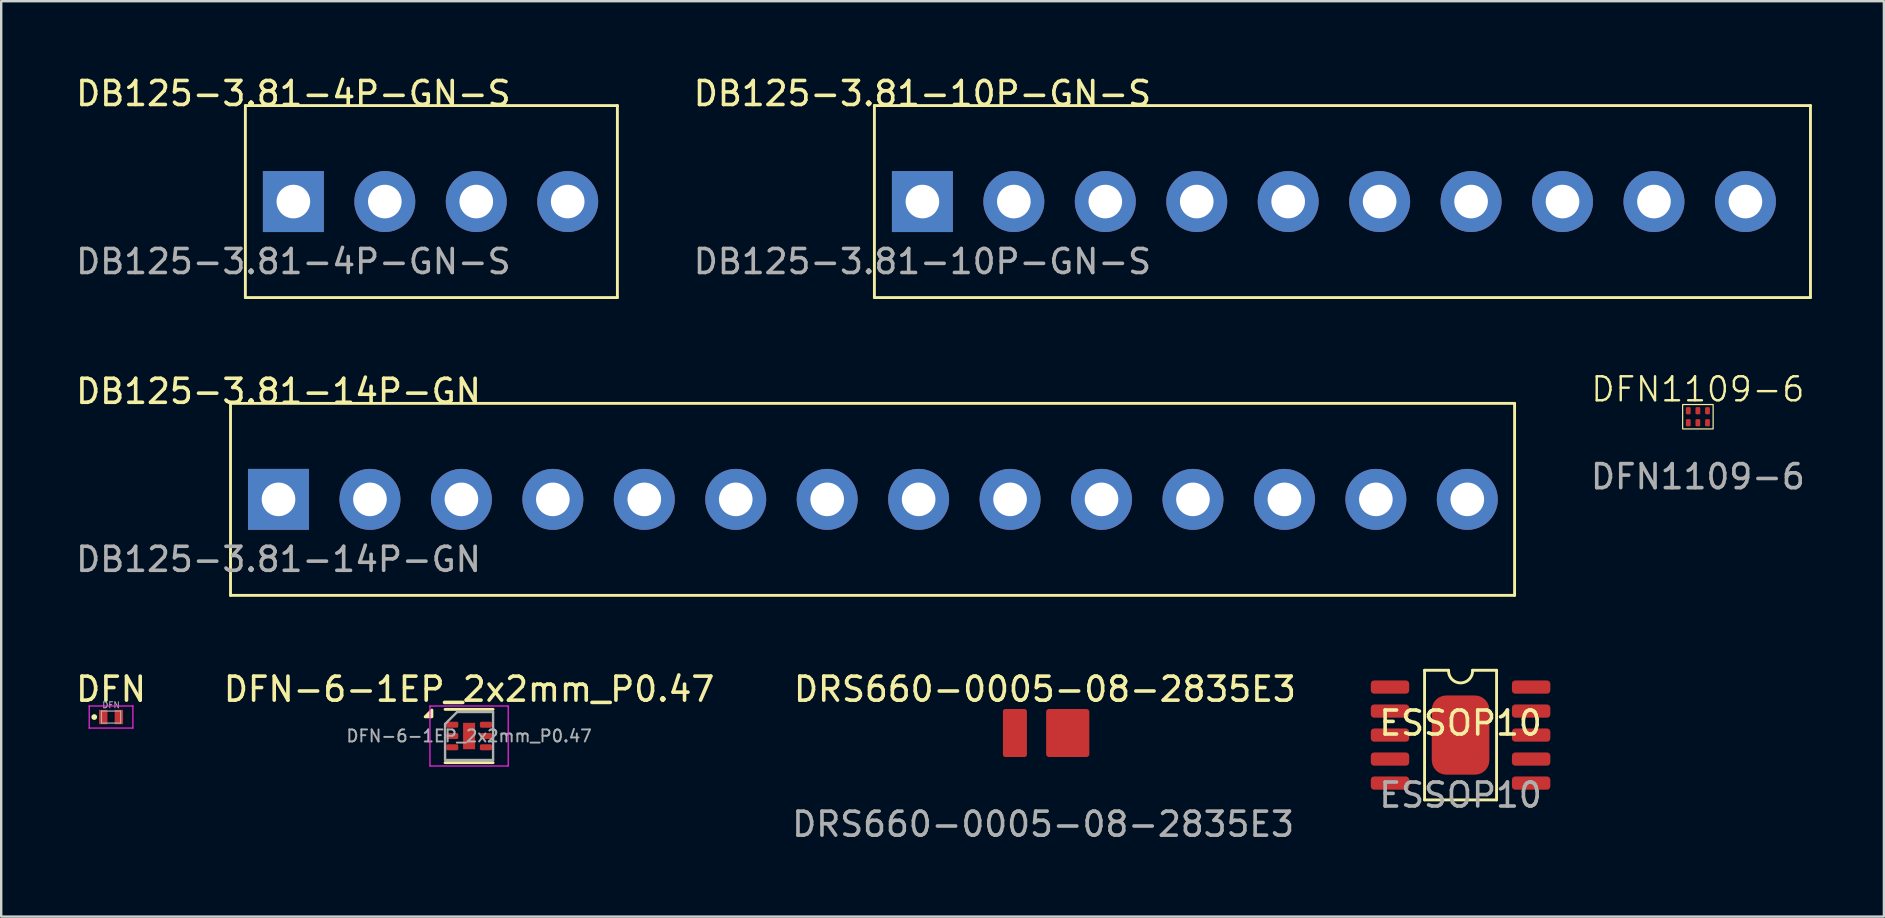
<source format=kicad_pcb>
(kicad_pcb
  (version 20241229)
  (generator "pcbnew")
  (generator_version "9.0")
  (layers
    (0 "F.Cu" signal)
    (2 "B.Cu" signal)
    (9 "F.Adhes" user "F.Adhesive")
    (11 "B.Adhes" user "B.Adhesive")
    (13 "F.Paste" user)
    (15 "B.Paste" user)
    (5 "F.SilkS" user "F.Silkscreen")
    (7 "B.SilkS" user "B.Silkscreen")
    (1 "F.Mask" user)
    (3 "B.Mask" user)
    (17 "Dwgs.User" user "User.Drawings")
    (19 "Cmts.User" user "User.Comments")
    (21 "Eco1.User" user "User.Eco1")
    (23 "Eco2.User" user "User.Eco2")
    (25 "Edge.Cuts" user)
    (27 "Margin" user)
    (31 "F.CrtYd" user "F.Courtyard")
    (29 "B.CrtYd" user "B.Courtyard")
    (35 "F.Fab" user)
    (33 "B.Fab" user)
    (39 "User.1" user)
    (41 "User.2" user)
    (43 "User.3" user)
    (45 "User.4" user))
  (footprint "DB125-3.81-14P-GN"
    (layer "F.Cu")
    (at 8.554 17.756)
    (property "Reference" "DB125-3.81-14P-GN" (at 0 -4.5 0) (unlocked yes) (layer "F.SilkS") (effects (font (size 1 1) (thickness 0.15))))
    (attr through_hole)
    (fp_line (start -2 -4) (end -2 4) (stroke (width 0.12) (type default)) (layer "F.SilkS"))
    (fp_line (start -2 4) (end 51.5 4) (stroke (width 0.12) (type default)) (layer "F.SilkS"))
    (fp_line (start 51.5 -4) (end -2 -4) (stroke (width 0.12) (type default)) (layer "F.SilkS"))
    (fp_line (start 51.5 4) (end 51.5 -4) (stroke (width 0.12) (type default)) (layer "F.SilkS"))
    (fp_text user "${REFERENCE}" (at 0 2.5 0) (unlocked yes) (layer "F.Fab") (effects (font (size 1 1) (thickness 0.15))))
    (pad "1" thru_hole rect (at 0 0) (size 2.54 2.54) (drill 1.4) (layers "*.Cu" "*.Mask"))
    (pad "2" thru_hole circle (at 3.81 0) (size 2.54 2.54) (drill 1.4) (layers "*.Cu" "*.Mask"))
    (pad "3" thru_hole circle (at 7.62 0) (size 2.54 2.54) (drill 1.4) (layers "*.Cu" "*.Mask"))
    (pad "4" thru_hole circle (at 11.43 0) (size 2.54 2.54) (drill 1.4) (layers "*.Cu" "*.Mask"))
    (pad "5" thru_hole circle (at 15.24 0) (size 2.54 2.54) (drill 1.4) (layers "*.Cu" "*.Mask"))
    (pad "6" thru_hole circle (at 19.05 0) (size 2.54 2.54) (drill 1.4) (layers "*.Cu" "*.Mask"))
    (pad "7" thru_hole circle (at 22.86 0) (size 2.54 2.54) (drill 1.4) (layers "*.Cu" "*.Mask"))
    (pad "8" thru_hole circle (at 26.67 0) (size 2.54 2.54) (drill 1.4) (layers "*.Cu" "*.Mask"))
    (pad "9" thru_hole circle (at 30.48 0) (size 2.54 2.54) (drill 1.4) (layers "*.Cu" "*.Mask"))
    (pad "10" thru_hole circle (at 34.29 0) (size 2.54 2.54) (drill 1.4) (layers "*.Cu" "*.Mask"))
    (pad "11" thru_hole circle (at 38.1 0) (size 2.54 2.54) (drill 1.4) (layers "*.Cu" "*.Mask"))
    (pad "12" thru_hole circle (at 41.91 0) (size 2.54 2.54) (drill 1.4) (layers "*.Cu" "*.Mask"))
    (pad "13" thru_hole circle (at 45.72 0) (size 2.54 2.54) (drill 1.4) (layers "*.Cu" "*.Mask"))
    (pad "14" thru_hole circle (at 49.53 0) (size 2.54 2.54) (drill 1.4) (layers "*.Cu" "*.Mask")))
  (footprint "ESSOP10"
    (layer "F.Cu")
    (at 57.803 27.576)
    (property "Reference" "ESSOP10" (at 0 -0.5 0) (unlocked yes) (layer "F.SilkS") (effects (font (size 1 1) (thickness 0.15))))
    (attr smd)
    (fp_line (start -1.5 -2.7) (end -0.5 -2.7) (stroke (width 0.12) (type solid)) (layer "F.SilkS"))
    (fp_line (start -1.5 2.7) (end -1.5 -2.7) (stroke (width 0.12) (type solid)) (layer "F.SilkS"))
    (fp_line (start 0.5 -2.7) (end 1.5 -2.7) (stroke (width 0.12) (type solid)) (layer "F.SilkS"))
    (fp_line (start 1.5 -2.7) (end 1.5 2.7) (stroke (width 0.12) (type solid)) (layer "F.SilkS"))
    (fp_line (start 1.5 2.7) (end -1.5 2.7) (stroke (width 0.12) (type solid)) (layer "F.SilkS"))
    (fp_arc (start 0.5 -2.7) (mid 0 -2.172188) (end -0.5 -2.7) (stroke (width 0.12) (type solid)) (layer "F.SilkS"))
    (fp_text user "${REFERENCE}" (at 0 2.5 0) (unlocked yes) (layer "F.Fab") (effects (font (size 1 1) (thickness 0.15))))
    (pad "1" smd roundrect (at -2.94 -2) (size 1.6 0.55) (layers "F.Cu" "F.Mask" "F.Paste") (roundrect_rratio 0.25))
    (pad "2" smd roundrect (at -2.94 -1) (size 1.6 0.55) (layers "F.Cu" "F.Mask" "F.Paste") (roundrect_rratio 0.25))
    (pad "3" smd roundrect (at -2.94 0) (size 1.6 0.55) (layers "F.Cu" "F.Mask" "F.Paste") (roundrect_rratio 0.25))
    (pad "4" smd roundrect (at -2.94 1) (size 1.6 0.55) (layers "F.Cu" "F.Mask" "F.Paste") (roundrect_rratio 0.25))
    (pad "5" smd roundrect (at -2.94 2) (size 1.6 0.55) (layers "F.Cu" "F.Mask" "F.Paste") (roundrect_rratio 0.25))
    (pad "6" smd roundrect (at 2.94 2) (size 1.6 0.55) (layers "F.Cu" "F.Mask" "F.Paste") (roundrect_rratio 0.25))
    (pad "7" smd roundrect (at 2.94 1) (size 1.6 0.55) (layers "F.Cu" "F.Mask" "F.Paste") (roundrect_rratio 0.25))
    (pad "8" smd roundrect (at 2.94 0) (size 1.6 0.55) (layers "F.Cu" "F.Mask" "F.Paste") (roundrect_rratio 0.25))
    (pad "9" smd roundrect (at 2.94 -1) (size 1.6 0.55) (layers "F.Cu" "F.Mask" "F.Paste") (roundrect_rratio 0.25))
    (pad "10" smd roundrect (at 2.94 -2) (size 1.6 0.55) (layers "F.Cu" "F.Mask" "F.Paste") (roundrect_rratio 0.25))
    (pad "11" smd roundrect (at 0 0) (size 2.4 3.3) (layers "F.Cu" "F.Mask" "F.Paste") (roundrect_rratio 0.25)))
  (footprint "DFN-6-1EP_2x2mm_P0.47"
    (layer "F.Cu")
    (at 16.494 27.615)
    (property "Reference" "DFN-6-1EP_2x2mm_P0.47" (at 0 -1.95 0) (layer "F.SilkS") (effects (font (size 1 1) (thickness 0.15))))
    (attr smd)
    (fp_line (start -1 -1.11) (end 1 -1.11) (stroke (width 0.12) (type solid)) (layer "F.SilkS"))
    (fp_line (start -1 1.11) (end 1 1.11) (stroke (width 0.12) (type solid)) (layer "F.SilkS"))
    (fp_poly (pts (xy -1.55 -0.8) (xy -1.83 -0.8) (xy -1.55 -1.08) (xy -1.55 -0.8)) (stroke (width 0.12) (type solid)) (fill yes) (layer "F.SilkS"))
    (fp_line (start -1.63 -1.25) (end -1.63 1.25) (stroke (width 0.05) (type solid)) (layer "F.CrtYd"))
    (fp_line (start -1.63 1.25) (end 1.63 1.25) (stroke (width 0.05) (type solid)) (layer "F.CrtYd"))
    (fp_line (start 1.63 -1.25) (end -1.63 -1.25) (stroke (width 0.05) (type solid)) (layer "F.CrtYd"))
    (fp_line (start 1.63 1.25) (end 1.63 -1.25) (stroke (width 0.05) (type solid)) (layer "F.CrtYd"))
    (fp_line (start -1 -0.5) (end -0.5 -1) (stroke (width 0.1) (type solid)) (layer "F.Fab"))
    (fp_line (start -1 1) (end -1 -0.5) (stroke (width 0.1) (type solid)) (layer "F.Fab"))
    (fp_line (start -0.5 -1) (end 1 -1) (stroke (width 0.1) (type solid)) (layer "F.Fab"))
    (fp_line (start 1 -1) (end 1 1) (stroke (width 0.1) (type solid)) (layer "F.Fab"))
    (fp_line (start 1 1) (end -1 1) (stroke (width 0.1) (type solid)) (layer "F.Fab"))
    (fp_text user "${REFERENCE}" (at 0 0 0) (layer "F.Fab") (effects (font (size 0.5 0.5) (thickness 0.08))))
    (pad "" smd rect (at 0 0) (size 0.5 1.1) (property pad_prop_heatsink) (layers "F.Cu" "F.Mask" "F.Paste"))
    (pad "1" smd roundrect (at -0.7 -0.47) (size 0.5 0.25) (layers "F.Cu" "F.Mask" "F.Paste") (roundrect_rratio 0.25))
    (pad "2" smd roundrect (at -0.7 0) (size 0.5 0.25) (layers "F.Cu" "F.Mask" "F.Paste") (roundrect_rratio 0.25))
    (pad "3" smd roundrect (at -0.7 0.47) (size 0.5 0.25) (layers "F.Cu" "F.Mask" "F.Paste") (roundrect_rratio 0.25))
    (pad "4" smd roundrect (at 0.7 0.47) (size 0.5 0.25) (layers "F.Cu" "F.Mask" "F.Paste") (roundrect_rratio 0.25))
    (pad "5" smd roundrect (at 0.7 0) (size 0.5 0.25) (layers "F.Cu" "F.Mask" "F.Paste") (roundrect_rratio 0.25))
    (pad "6" smd roundrect (at 0.7 -0.47) (size 0.5 0.25) (layers "F.Cu" "F.Mask" "F.Paste") (roundrect_rratio 0.25)))
  (footprint "DFN1109-6"
    (layer "F.Cu")
    (at 67.691 14.312)
    (property "Reference" "DFN1109-6" (at 0 -1.143 0) (unlocked yes) (layer "F.SilkS") (effects (font (size 1 1) (thickness 0.1))))
    (attr smd)
    (fp_rect (start -0.635 -0.508) (end 0.635 0.508) (stroke (width 0.05) (type solid)) (fill no) (layer "F.SilkS"))
    (fp_text user "${REFERENCE}" (at 0 2.5 0) (unlocked yes) (layer "F.Fab") (effects (font (size 1 1) (thickness 0.15))))
    (pad "1" smd roundrect (at -0.4 0.25) (size 0.2 0.3) (layers "F.Cu" "F.Mask" "F.Paste") (roundrect_rratio 0.25))
    (pad "2" smd roundrect (at 0 0.25) (size 0.2 0.3) (layers "F.Cu" "F.Mask" "F.Paste") (roundrect_rratio 0.25))
    (pad "3" smd roundrect (at 0.4 0.25) (size 0.2 0.3) (layers "F.Cu" "F.Mask" "F.Paste") (roundrect_rratio 0.25))
    (pad "4" smd roundrect (at 0.4 -0.25) (size 0.2 0.3) (layers "F.Cu" "F.Mask" "F.Paste") (roundrect_rratio 0.25))
    (pad "5" smd roundrect (at 0 -0.25) (size 0.2 0.3) (layers "F.Cu" "F.Mask" "F.Paste") (roundrect_rratio 0.25))
    (pad "6" smd roundrect (at -0.4 -0.25) (size 0.2 0.3) (layers "F.Cu" "F.Mask" "F.Paste") (roundrect_rratio 0.25)))
  (footprint "DB125-3.81-4P-GN-S"
    (layer "F.Cu")
    (at 9.173 5.348)
    (property "Reference" "DB125-3.81-4P-GN-S" (at 0 -4.5 0) (unlocked yes) (layer "F.SilkS") (effects (font (size 1 1) (thickness 0.15))))
    (attr through_hole)
    (fp_line (start -2 -4) (end -2 4) (stroke (width 0.12) (type default)) (layer "F.SilkS"))
    (fp_line (start -2 4) (end 13.5 4) (stroke (width 0.12) (type default)) (layer "F.SilkS"))
    (fp_line (start 13.5 -4) (end -2 -4) (stroke (width 0.12) (type default)) (layer "F.SilkS"))
    (fp_line (start 13.5 4) (end 13.5 -4) (stroke (width 0.12) (type default)) (layer "F.SilkS"))
    (fp_text user "${REFERENCE}" (at 0 2.5 0) (unlocked yes) (layer "F.Fab") (effects (font (size 1 1) (thickness 0.15))))
    (pad "1" thru_hole rect (at 0 0) (size 2.54 2.54) (drill 1.4) (layers "*.Cu" "*.Mask"))
    (pad "2" thru_hole circle (at 3.81 0) (size 2.54 2.54) (drill 1.4) (layers "*.Cu" "*.Mask"))
    (pad "3" thru_hole circle (at 7.62 0) (size 2.54 2.54) (drill 1.4) (layers "*.Cu" "*.Mask"))
    (pad "4" thru_hole circle (at 11.43 0) (size 2.54 2.54) (drill 1.4) (layers "*.Cu" "*.Mask")))
  (footprint "DRS660-0005-08-2835E3"
    (layer "F.Cu")
    (at 40.536 27.49)
    (property "Reference" "DRS660-0005-08-2835E3" (at -0.05 -1.825 0) (unlocked yes) (layer "F.SilkS") (effects (font (size 1 1) (thickness 0.15))))
    (attr smd)
    (fp_text user "${REFERENCE}" (at -0.125 3.8 0) (unlocked yes) (layer "F.Fab") (effects (font (size 1 1) (thickness 0.15))))
    (pad "1" smd roundrect (at -1.3 0) (size 1 2) (layers "F.Cu" "F.Mask" "F.Paste") (roundrect_rratio 0.1))
    (pad "2" smd roundrect (at 0.9 0) (size 1.8 2) (layers "F.Cu" "F.Mask" "F.Paste") (roundrect_rratio 0.066)))
  (footprint "DB125-3.81-10P-GN-S"
    (layer "F.Cu")
    (at 35.381 5.348)
    (property "Reference" "DB125-3.81-10P-GN-S" (at 0 -4.5 0) (unlocked yes) (layer "F.SilkS") (effects (font (size 1 1) (thickness 0.15))))
    (attr through_hole)
    (fp_line (start -2 -4) (end -2 4) (stroke (width 0.12) (type default)) (layer "F.SilkS"))
    (fp_line (start -2 4) (end 37 4) (stroke (width 0.12) (type default)) (layer "F.SilkS"))
    (fp_line (start 37 -4) (end -2 -4) (stroke (width 0.12) (type default)) (layer "F.SilkS"))
    (fp_line (start 37 4) (end 37 -4) (stroke (width 0.12) (type default)) (layer "F.SilkS"))
    (fp_text user "${REFERENCE}" (at 0 2.5 0) (unlocked yes) (layer "F.Fab") (effects (font (size 1 1) (thickness 0.15))))
    (pad "1" thru_hole rect (at 0 0) (size 2.54 2.54) (drill 1.4) (layers "*.Cu" "*.Mask"))
    (pad "2" thru_hole circle (at 3.81 0) (size 2.54 2.54) (drill 1.4) (layers "*.Cu" "*.Mask"))
    (pad "3" thru_hole circle (at 7.62 0) (size 2.54 2.54) (drill 1.4) (layers "*.Cu" "*.Mask"))
    (pad "4" thru_hole circle (at 11.43 0) (size 2.54 2.54) (drill 1.4) (layers "*.Cu" "*.Mask"))
    (pad "5" thru_hole circle (at 15.24 0) (size 2.54 2.54) (drill 1.4) (layers "*.Cu" "*.Mask"))
    (pad "6" thru_hole circle (at 19.05 0) (size 2.54 2.54) (drill 1.4) (layers "*.Cu" "*.Mask"))
    (pad "7" thru_hole circle (at 22.86 0) (size 2.54 2.54) (drill 1.4) (layers "*.Cu" "*.Mask"))
    (pad "8" thru_hole circle (at 26.67 0) (size 2.54 2.54) (drill 1.4) (layers "*.Cu" "*.Mask"))
    (pad "9" thru_hole circle (at 30.48 0) (size 2.54 2.54) (drill 1.4) (layers "*.Cu" "*.Mask"))
    (pad "10" thru_hole circle (at 34.29 0) (size 2.54 2.54) (drill 1.4) (layers "*.Cu" "*.Mask")))
  (footprint "DFN"
    (layer "F.Cu")
    (at 1.577 26.825)
    (property "Reference" "DFN" (at 0 -1.16 0) (layer "F.SilkS") (effects (font (size 1 1) (thickness 0.15))))
    (attr smd)
    (fp_circle (center -0.7 0) (end -0.7 0) (stroke (width 0.12) (type solid)) (fill no) (layer "F.SilkS"))
    (fp_line (start -0.91 -0.46) (end 0.91 -0.46) (stroke (width 0.05) (type solid)) (layer "F.CrtYd"))
    (fp_line (start -0.91 0.46) (end -0.91 -0.46) (stroke (width 0.05) (type solid)) (layer "F.CrtYd"))
    (fp_line (start 0.91 -0.46) (end 0.91 0.46) (stroke (width 0.05) (type solid)) (layer "F.CrtYd"))
    (fp_line (start 0.91 0.46) (end -0.91 0.46) (stroke (width 0.05) (type solid)) (layer "F.CrtYd"))
    (fp_line (start -0.4 -0.25) (end 0.4 -0.25) (stroke (width 0.05) (type solid)) (layer "F.Fab"))
    (fp_line (start -0.4 0.25) (end -0.4 -0.25) (stroke (width 0.05) (type solid)) (layer "F.Fab"))
    (fp_line (start 0.4 -0.25) (end 0.4 0.25) (stroke (width 0.05) (type solid)) (layer "F.Fab"))
    (fp_line (start 0.4 0.25) (end -0.4 0.25) (stroke (width 0.05) (type solid)) (layer "F.Fab"))
    (fp_text user "${REFERENCE}" (at 0 -0.5 0) (layer "F.Fab") (effects (font (size 0.25 0.25) (thickness 0.04))))
    (pad "1" smd rect (at -0.325 0) (size 0.35 0.6) (layers "F.Cu" "F.Mask" "F.Paste"))
    (pad "2" smd rect (at 0.325 0) (size 0.35 0.6) (layers "F.Cu" "F.Mask" "F.Paste")))
  (gr_rect
    (start -3 -3)
    (end 75.441 35.138)
    (stroke (width 0.1) (type default))
    (fill no)
    (layer "Edge.Cuts")))
</source>
